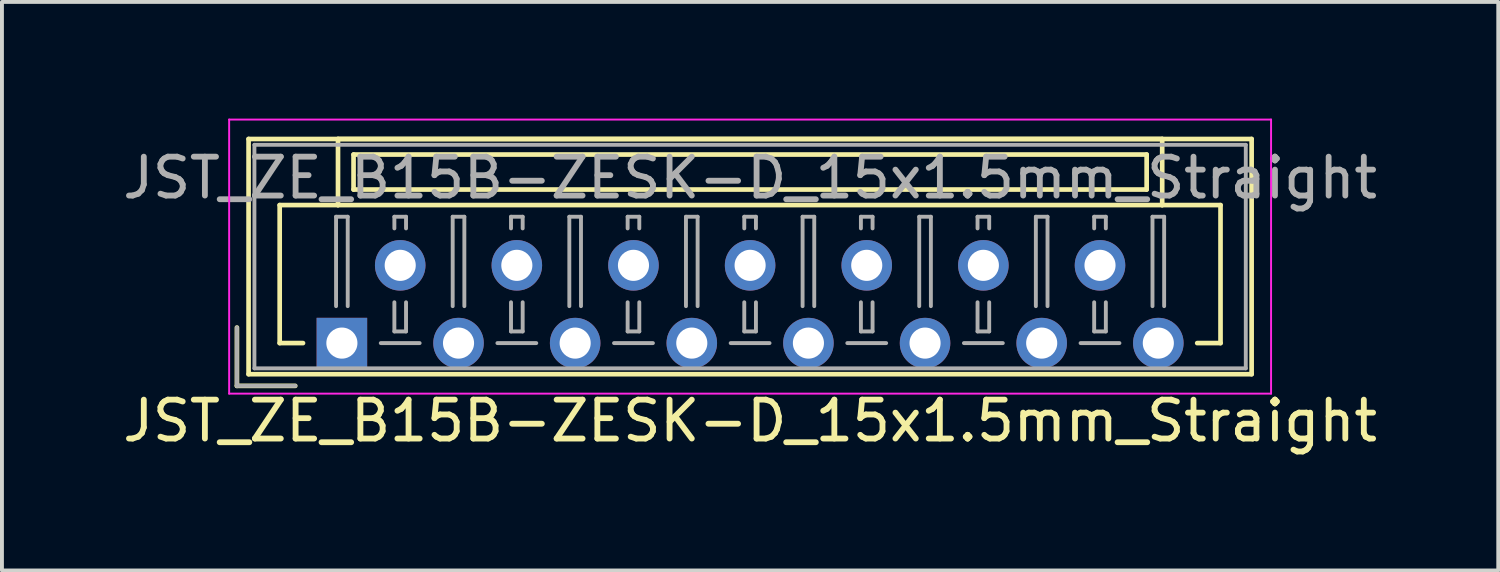
<source format=kicad_pcb>
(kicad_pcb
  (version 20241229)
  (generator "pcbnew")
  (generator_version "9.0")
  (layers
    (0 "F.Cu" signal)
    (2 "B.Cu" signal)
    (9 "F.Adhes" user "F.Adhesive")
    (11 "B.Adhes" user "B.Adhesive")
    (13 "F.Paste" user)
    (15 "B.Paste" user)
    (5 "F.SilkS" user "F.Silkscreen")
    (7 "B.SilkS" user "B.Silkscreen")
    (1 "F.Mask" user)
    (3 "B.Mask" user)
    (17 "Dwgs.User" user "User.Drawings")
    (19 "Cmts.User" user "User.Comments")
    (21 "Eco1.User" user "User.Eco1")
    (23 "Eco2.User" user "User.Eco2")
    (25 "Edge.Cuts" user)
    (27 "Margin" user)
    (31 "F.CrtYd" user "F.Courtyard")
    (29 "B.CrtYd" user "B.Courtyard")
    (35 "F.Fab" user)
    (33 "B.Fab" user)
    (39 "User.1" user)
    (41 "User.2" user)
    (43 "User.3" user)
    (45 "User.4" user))
  (footprint "JST_ZE_B15B-ZESK-D_15x1.5mm_Straight"
    (layer "F.Cu")
    (at 5.744 5.775)
    (property "Reference" "JST_ZE_B15B-ZESK-D_15x1.5mm_Straight" (at 10.5 2 0) (layer "F.SilkS") (effects (font (size 1 1) (thickness 0.15))))
    (attr through_hole)
    (fp_line (start -2.7 -0.4) (end -2.7 1.1) (stroke (width 0.12) (type solid)) (layer "F.SilkS"))
    (fp_line (start -2.7 1.1) (end -1.2 1.1) (stroke (width 0.12) (type solid)) (layer "F.SilkS"))
    (fp_line (start -2.4 -5.25) (end -2.4 0.8) (stroke (width 0.12) (type solid)) (layer "F.SilkS"))
    (fp_line (start -2.4 0.8) (end 23.4 0.8) (stroke (width 0.12) (type solid)) (layer "F.SilkS"))
    (fp_line (start -1.6 -3.55) (end -1.6 0) (stroke (width 0.12) (type solid)) (layer "F.SilkS"))
    (fp_line (start -1.6 0) (end -1 0) (stroke (width 0.12) (type solid)) (layer "F.SilkS"))
    (fp_line (start -0.1 -5.25) (end -0.1 -3.55) (stroke (width 0.12) (type solid)) (layer "F.SilkS"))
    (fp_line (start -0.1 -3.55) (end -1.6 -3.55) (stroke (width 0.12) (type solid)) (layer "F.SilkS"))
    (fp_line (start -0.1 -3.55) (end 21.1 -3.55) (stroke (width 0.12) (type solid)) (layer "F.SilkS"))
    (fp_line (start 0.3 -4.85) (end 0.3 -3.95) (stroke (width 0.12) (type solid)) (layer "F.SilkS"))
    (fp_line (start 0.3 -3.95) (end 20.7 -3.95) (stroke (width 0.12) (type solid)) (layer "F.SilkS"))
    (fp_line (start 20.7 -4.85) (end 0.3 -4.85) (stroke (width 0.12) (type solid)) (layer "F.SilkS"))
    (fp_line (start 20.7 -3.95) (end 20.7 -4.85) (stroke (width 0.12) (type solid)) (layer "F.SilkS"))
    (fp_line (start 21.1 -5.25) (end -0.1 -5.25) (stroke (width 0.12) (type solid)) (layer "F.SilkS"))
    (fp_line (start 21.1 -3.55) (end 21.1 -5.25) (stroke (width 0.12) (type solid)) (layer "F.SilkS"))
    (fp_line (start 21.1 -3.55) (end 22.6 -3.55) (stroke (width 0.12) (type solid)) (layer "F.SilkS"))
    (fp_line (start 22.6 -3.55) (end 22.6 0) (stroke (width 0.12) (type solid)) (layer "F.SilkS"))
    (fp_line (start 22.6 0) (end 22 0) (stroke (width 0.12) (type solid)) (layer "F.SilkS"))
    (fp_line (start 23.4 -5.25) (end -2.4 -5.25) (stroke (width 0.12) (type solid)) (layer "F.SilkS"))
    (fp_line (start 23.4 0.8) (end 23.4 -5.25) (stroke (width 0.12) (type solid)) (layer "F.SilkS"))
    (fp_line (start -2.9 -5.75) (end -2.9 1.3) (stroke (width 0.05) (type solid)) (layer "F.CrtYd"))
    (fp_line (start -2.9 1.3) (end 23.9 1.3) (stroke (width 0.05) (type solid)) (layer "F.CrtYd"))
    (fp_line (start 23.9 -5.75) (end -2.9 -5.75) (stroke (width 0.05) (type solid)) (layer "F.CrtYd"))
    (fp_line (start 23.9 1.3) (end 23.9 -5.75) (stroke (width 0.05) (type solid)) (layer "F.CrtYd"))
    (fp_line (start -2.7 -0.4) (end -2.7 1.1) (stroke (width 0.1) (type solid)) (layer "F.Fab"))
    (fp_line (start -2.7 1.1) (end -1.2 1.1) (stroke (width 0.1) (type solid)) (layer "F.Fab"))
    (fp_line (start -2.25 -5.1) (end -2.25 0.65) (stroke (width 0.1) (type solid)) (layer "F.Fab"))
    (fp_line (start -2.25 0.65) (end 23.25 0.65) (stroke (width 0.1) (type solid)) (layer "F.Fab"))
    (fp_line (start -0.15 -3.25) (end 0.15 -3.25) (stroke (width 0.1) (type solid)) (layer "F.Fab"))
    (fp_line (start -0.15 -0.95) (end -0.15 -3.25) (stroke (width 0.1) (type solid)) (layer "F.Fab"))
    (fp_line (start 0.15 -3.25) (end 0.15 -0.95) (stroke (width 0.1) (type solid)) (layer "F.Fab"))
    (fp_line (start 1 0) (end 2 0) (stroke (width 0.1) (type solid)) (layer "F.Fab"))
    (fp_line (start 1.35 -3.25) (end 1.65 -3.25) (stroke (width 0.1) (type solid)) (layer "F.Fab"))
    (fp_line (start 1.35 -2.95) (end 1.35 -3.25) (stroke (width 0.1) (type solid)) (layer "F.Fab"))
    (fp_line (start 1.35 -1.05) (end 1.35 -0.3) (stroke (width 0.1) (type solid)) (layer "F.Fab"))
    (fp_line (start 1.35 -0.3) (end 1.65 -0.3) (stroke (width 0.1) (type solid)) (layer "F.Fab"))
    (fp_line (start 1.65 -3.25) (end 1.65 -2.95) (stroke (width 0.1) (type solid)) (layer "F.Fab"))
    (fp_line (start 1.65 -0.3) (end 1.65 -1.05) (stroke (width 0.1) (type solid)) (layer "F.Fab"))
    (fp_line (start 2.85 -3.25) (end 3.15 -3.25) (stroke (width 0.1) (type solid)) (layer "F.Fab"))
    (fp_line (start 2.85 -0.95) (end 2.85 -3.25) (stroke (width 0.1) (type solid)) (layer "F.Fab"))
    (fp_line (start 3.15 -3.25) (end 3.15 -0.95) (stroke (width 0.1) (type solid)) (layer "F.Fab"))
    (fp_line (start 4 0) (end 5 0) (stroke (width 0.1) (type solid)) (layer "F.Fab"))
    (fp_line (start 4.35 -3.25) (end 4.65 -3.25) (stroke (width 0.1) (type solid)) (layer "F.Fab"))
    (fp_line (start 4.35 -2.95) (end 4.35 -3.25) (stroke (width 0.1) (type solid)) (layer "F.Fab"))
    (fp_line (start 4.35 -1.05) (end 4.35 -0.3) (stroke (width 0.1) (type solid)) (layer "F.Fab"))
    (fp_line (start 4.35 -0.3) (end 4.65 -0.3) (stroke (width 0.1) (type solid)) (layer "F.Fab"))
    (fp_line (start 4.65 -3.25) (end 4.65 -2.95) (stroke (width 0.1) (type solid)) (layer "F.Fab"))
    (fp_line (start 4.65 -0.3) (end 4.65 -1.05) (stroke (width 0.1) (type solid)) (layer "F.Fab"))
    (fp_line (start 5.85 -3.25) (end 6.15 -3.25) (stroke (width 0.1) (type solid)) (layer "F.Fab"))
    (fp_line (start 5.85 -0.95) (end 5.85 -3.25) (stroke (width 0.1) (type solid)) (layer "F.Fab"))
    (fp_line (start 6.15 -3.25) (end 6.15 -0.95) (stroke (width 0.1) (type solid)) (layer "F.Fab"))
    (fp_line (start 7 0) (end 8 0) (stroke (width 0.1) (type solid)) (layer "F.Fab"))
    (fp_line (start 7.35 -3.25) (end 7.65 -3.25) (stroke (width 0.1) (type solid)) (layer "F.Fab"))
    (fp_line (start 7.35 -2.95) (end 7.35 -3.25) (stroke (width 0.1) (type solid)) (layer "F.Fab"))
    (fp_line (start 7.35 -1.05) (end 7.35 -0.3) (stroke (width 0.1) (type solid)) (layer "F.Fab"))
    (fp_line (start 7.35 -0.3) (end 7.65 -0.3) (stroke (width 0.1) (type solid)) (layer "F.Fab"))
    (fp_line (start 7.65 -3.25) (end 7.65 -2.95) (stroke (width 0.1) (type solid)) (layer "F.Fab"))
    (fp_line (start 7.65 -0.3) (end 7.65 -1.05) (stroke (width 0.1) (type solid)) (layer "F.Fab"))
    (fp_line (start 8.85 -3.25) (end 9.15 -3.25) (stroke (width 0.1) (type solid)) (layer "F.Fab"))
    (fp_line (start 8.85 -0.95) (end 8.85 -3.25) (stroke (width 0.1) (type solid)) (layer "F.Fab"))
    (fp_line (start 9.15 -3.25) (end 9.15 -0.95) (stroke (width 0.1) (type solid)) (layer "F.Fab"))
    (fp_line (start 10 0) (end 11 0) (stroke (width 0.1) (type solid)) (layer "F.Fab"))
    (fp_line (start 10.35 -3.25) (end 10.65 -3.25) (stroke (width 0.1) (type solid)) (layer "F.Fab"))
    (fp_line (start 10.35 -2.95) (end 10.35 -3.25) (stroke (width 0.1) (type solid)) (layer "F.Fab"))
    (fp_line (start 10.35 -1.05) (end 10.35 -0.3) (stroke (width 0.1) (type solid)) (layer "F.Fab"))
    (fp_line (start 10.35 -0.3) (end 10.65 -0.3) (stroke (width 0.1) (type solid)) (layer "F.Fab"))
    (fp_line (start 10.65 -3.25) (end 10.65 -2.95) (stroke (width 0.1) (type solid)) (layer "F.Fab"))
    (fp_line (start 10.65 -0.3) (end 10.65 -1.05) (stroke (width 0.1) (type solid)) (layer "F.Fab"))
    (fp_line (start 11.85 -3.25) (end 12.15 -3.25) (stroke (width 0.1) (type solid)) (layer "F.Fab"))
    (fp_line (start 11.85 -0.95) (end 11.85 -3.25) (stroke (width 0.1) (type solid)) (layer "F.Fab"))
    (fp_line (start 12.15 -3.25) (end 12.15 -0.95) (stroke (width 0.1) (type solid)) (layer "F.Fab"))
    (fp_line (start 13 0) (end 14 0) (stroke (width 0.1) (type solid)) (layer "F.Fab"))
    (fp_line (start 13.35 -3.25) (end 13.65 -3.25) (stroke (width 0.1) (type solid)) (layer "F.Fab"))
    (fp_line (start 13.35 -2.95) (end 13.35 -3.25) (stroke (width 0.1) (type solid)) (layer "F.Fab"))
    (fp_line (start 13.35 -1.05) (end 13.35 -0.3) (stroke (width 0.1) (type solid)) (layer "F.Fab"))
    (fp_line (start 13.35 -0.3) (end 13.65 -0.3) (stroke (width 0.1) (type solid)) (layer "F.Fab"))
    (fp_line (start 13.65 -3.25) (end 13.65 -2.95) (stroke (width 0.1) (type solid)) (layer "F.Fab"))
    (fp_line (start 13.65 -0.3) (end 13.65 -1.05) (stroke (width 0.1) (type solid)) (layer "F.Fab"))
    (fp_line (start 14.85 -3.25) (end 15.15 -3.25) (stroke (width 0.1) (type solid)) (layer "F.Fab"))
    (fp_line (start 14.85 -0.95) (end 14.85 -3.25) (stroke (width 0.1) (type solid)) (layer "F.Fab"))
    (fp_line (start 15.15 -3.25) (end 15.15 -0.95) (stroke (width 0.1) (type solid)) (layer "F.Fab"))
    (fp_line (start 16 0) (end 17 0) (stroke (width 0.1) (type solid)) (layer "F.Fab"))
    (fp_line (start 16.35 -3.25) (end 16.65 -3.25) (stroke (width 0.1) (type solid)) (layer "F.Fab"))
    (fp_line (start 16.35 -2.95) (end 16.35 -3.25) (stroke (width 0.1) (type solid)) (layer "F.Fab"))
    (fp_line (start 16.35 -1.05) (end 16.35 -0.3) (stroke (width 0.1) (type solid)) (layer "F.Fab"))
    (fp_line (start 16.35 -0.3) (end 16.65 -0.3) (stroke (width 0.1) (type solid)) (layer "F.Fab"))
    (fp_line (start 16.65 -3.25) (end 16.65 -2.95) (stroke (width 0.1) (type solid)) (layer "F.Fab"))
    (fp_line (start 16.65 -0.3) (end 16.65 -1.05) (stroke (width 0.1) (type solid)) (layer "F.Fab"))
    (fp_line (start 17.85 -3.25) (end 18.15 -3.25) (stroke (width 0.1) (type solid)) (layer "F.Fab"))
    (fp_line (start 17.85 -0.95) (end 17.85 -3.25) (stroke (width 0.1) (type solid)) (layer "F.Fab"))
    (fp_line (start 18.15 -3.25) (end 18.15 -0.95) (stroke (width 0.1) (type solid)) (layer "F.Fab"))
    (fp_line (start 19 0) (end 20 0) (stroke (width 0.1) (type solid)) (layer "F.Fab"))
    (fp_line (start 19.35 -3.25) (end 19.65 -3.25) (stroke (width 0.1) (type solid)) (layer "F.Fab"))
    (fp_line (start 19.35 -2.95) (end 19.35 -3.25) (stroke (width 0.1) (type solid)) (layer "F.Fab"))
    (fp_line (start 19.35 -1.05) (end 19.35 -0.3) (stroke (width 0.1) (type solid)) (layer "F.Fab"))
    (fp_line (start 19.35 -0.3) (end 19.65 -0.3) (stroke (width 0.1) (type solid)) (layer "F.Fab"))
    (fp_line (start 19.65 -3.25) (end 19.65 -2.95) (stroke (width 0.1) (type solid)) (layer "F.Fab"))
    (fp_line (start 19.65 -0.3) (end 19.65 -1.05) (stroke (width 0.1) (type solid)) (layer "F.Fab"))
    (fp_line (start 20.85 -3.25) (end 21.15 -3.25) (stroke (width 0.1) (type solid)) (layer "F.Fab"))
    (fp_line (start 20.85 -0.95) (end 20.85 -3.25) (stroke (width 0.1) (type solid)) (layer "F.Fab"))
    (fp_line (start 21.15 -3.25) (end 21.15 -0.95) (stroke (width 0.1) (type solid)) (layer "F.Fab"))
    (fp_line (start 23.25 -5.1) (end -2.25 -5.1) (stroke (width 0.1) (type solid)) (layer "F.Fab"))
    (fp_line (start 23.25 0.65) (end 23.25 -5.1) (stroke (width 0.1) (type solid)) (layer "F.Fab"))
    (fp_text user "${REFERENCE}" (at 10.5 -4.25 0) (layer "F.Fab") (effects (font (size 1 1) (thickness 0.15))))
    (pad "1" thru_hole rect (at 0 0) (size 1.3 1.3) (drill 0.8) (layers "*.Cu" "*.Mask"))
    (pad "2" thru_hole circle (at 1.5 -2) (size 1.3 1.3) (drill 0.8) (layers "*.Cu" "*.Mask"))
    (pad "3" thru_hole circle (at 3 0) (size 1.3 1.3) (drill 0.8) (layers "*.Cu" "*.Mask"))
    (pad "4" thru_hole circle (at 4.5 -2) (size 1.3 1.3) (drill 0.8) (layers "*.Cu" "*.Mask"))
    (pad "5" thru_hole circle (at 6 0) (size 1.3 1.3) (drill 0.8) (layers "*.Cu" "*.Mask"))
    (pad "6" thru_hole circle (at 7.5 -2) (size 1.3 1.3) (drill 0.8) (layers "*.Cu" "*.Mask"))
    (pad "7" thru_hole circle (at 9 0) (size 1.3 1.3) (drill 0.8) (layers "*.Cu" "*.Mask"))
    (pad "8" thru_hole circle (at 10.5 -2) (size 1.3 1.3) (drill 0.8) (layers "*.Cu" "*.Mask"))
    (pad "9" thru_hole circle (at 12 0) (size 1.3 1.3) (drill 0.8) (layers "*.Cu" "*.Mask"))
    (pad "10" thru_hole circle (at 13.5 -2) (size 1.3 1.3) (drill 0.8) (layers "*.Cu" "*.Mask"))
    (pad "11" thru_hole circle (at 15 0) (size 1.3 1.3) (drill 0.8) (layers "*.Cu" "*.Mask"))
    (pad "12" thru_hole circle (at 16.5 -2) (size 1.3 1.3) (drill 0.8) (layers "*.Cu" "*.Mask"))
    (pad "13" thru_hole circle (at 18 0) (size 1.3 1.3) (drill 0.8) (layers "*.Cu" "*.Mask"))
    (pad "14" thru_hole circle (at 19.5 -2) (size 1.3 1.3) (drill 0.8) (layers "*.Cu" "*.Mask"))
    (pad "15" thru_hole circle (at 21 0) (size 1.3 1.3) (drill 0.8) (layers "*.Cu" "*.Mask")))
  (gr_rect
    (start -3 -3)
    (end 35.488 11.623)
    (stroke (width 0.1) (type default))
    (fill no)
    (layer "Edge.Cuts")))
</source>
